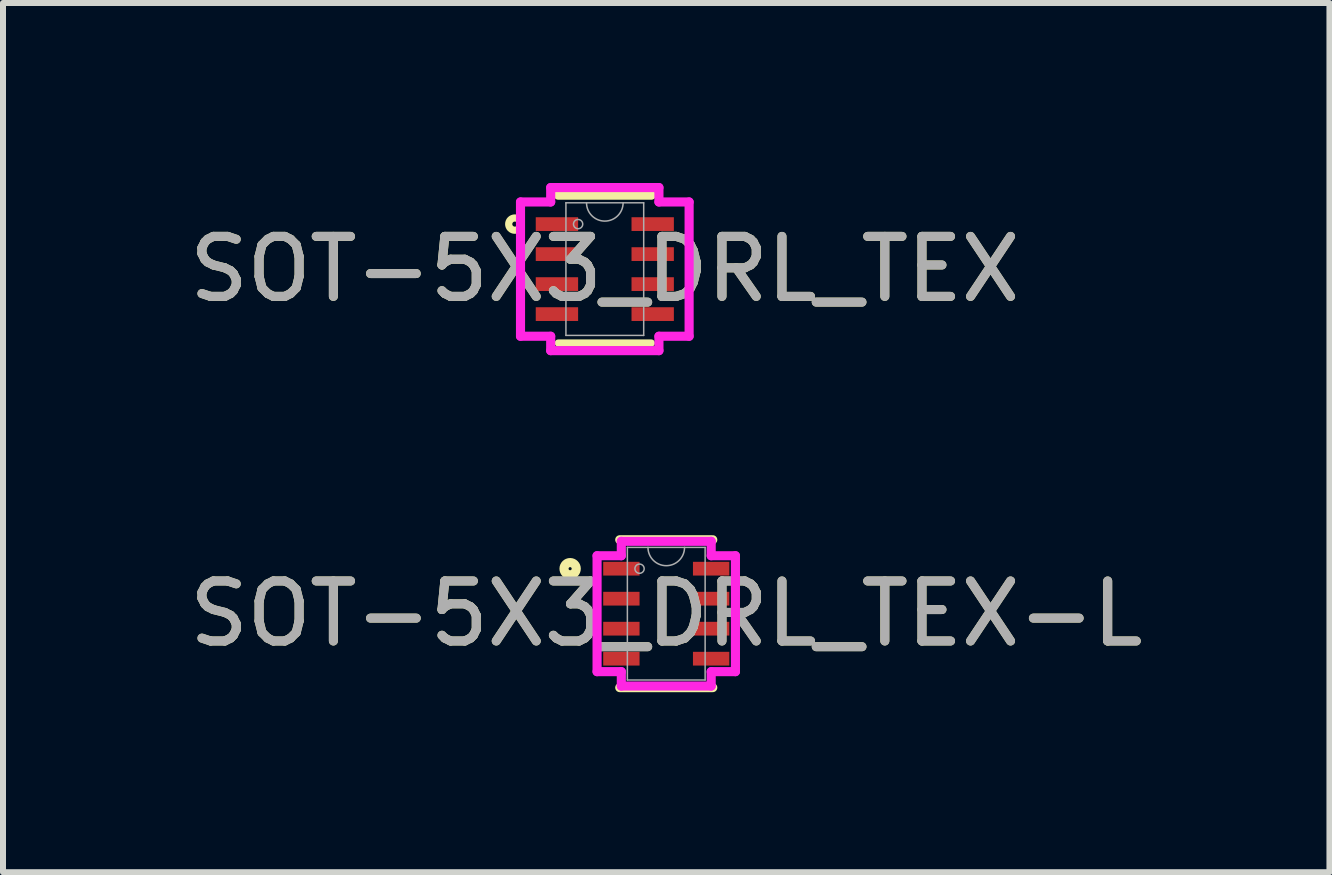
<source format=kicad_pcb>
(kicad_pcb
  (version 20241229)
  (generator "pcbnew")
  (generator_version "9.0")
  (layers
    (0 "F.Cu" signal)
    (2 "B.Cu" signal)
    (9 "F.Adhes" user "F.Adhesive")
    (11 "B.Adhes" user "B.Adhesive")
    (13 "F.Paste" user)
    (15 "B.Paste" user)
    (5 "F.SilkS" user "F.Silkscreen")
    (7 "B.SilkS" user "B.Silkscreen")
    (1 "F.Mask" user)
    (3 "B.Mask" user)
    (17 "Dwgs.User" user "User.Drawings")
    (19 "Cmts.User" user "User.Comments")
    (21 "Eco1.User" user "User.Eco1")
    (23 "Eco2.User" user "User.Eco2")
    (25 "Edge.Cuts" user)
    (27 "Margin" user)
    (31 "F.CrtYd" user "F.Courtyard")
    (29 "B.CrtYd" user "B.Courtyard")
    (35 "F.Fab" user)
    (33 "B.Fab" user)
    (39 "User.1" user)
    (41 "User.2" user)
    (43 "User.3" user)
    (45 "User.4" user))
  (footprint "SOT-5X3_DRL_TEX-L"
    (layer "F.Cu")
    (at 8.054 7.178)
    (property "Reference" "SOT-5X3_DRL_TEX-L" (at 0 0 0) (unlocked yes) (layer "F.SilkS") (effects (font (size 1 1) (thickness 0.15))))
    (attr smd)
    (fp_line (start -0.775 1.232) (end 0.775 1.232) (stroke (width 0.152) (type solid)) (layer "F.SilkS"))
    (fp_line (start 0.775 -1.232) (end -0.775 -1.232) (stroke (width 0.152) (type solid)) (layer "F.SilkS"))
    (fp_circle (center -1.602 -0.75) (end -1.5 -0.75) (stroke (width 0.152) (type solid)) (fill no) (layer "F.SilkS"))
    (fp_line (start -1.153 -0.966) (end -0.749 -0.966) (stroke (width 0.152) (type solid)) (layer "F.CrtYd"))
    (fp_line (start -1.153 0.966) (end -1.153 -0.966) (stroke (width 0.152) (type solid)) (layer "F.CrtYd"))
    (fp_line (start -1.153 0.966) (end -0.749 0.966) (stroke (width 0.152) (type solid)) (layer "F.CrtYd"))
    (fp_line (start -0.749 -1.206) (end 0.749 -1.206) (stroke (width 0.152) (type solid)) (layer "F.CrtYd"))
    (fp_line (start -0.749 -0.966) (end -0.749 -1.206) (stroke (width 0.152) (type solid)) (layer "F.CrtYd"))
    (fp_line (start -0.749 1.206) (end -0.749 0.966) (stroke (width 0.152) (type solid)) (layer "F.CrtYd"))
    (fp_line (start 0.749 -1.206) (end 0.749 -0.966) (stroke (width 0.152) (type solid)) (layer "F.CrtYd"))
    (fp_line (start 0.749 0.966) (end 0.749 1.206) (stroke (width 0.152) (type solid)) (layer "F.CrtYd"))
    (fp_line (start 0.749 1.206) (end -0.749 1.206) (stroke (width 0.152) (type solid)) (layer "F.CrtYd"))
    (fp_line (start 1.153 -0.966) (end 0.749 -0.966) (stroke (width 0.152) (type solid)) (layer "F.CrtYd"))
    (fp_line (start 1.153 -0.966) (end 1.153 0.966) (stroke (width 0.152) (type solid)) (layer "F.CrtYd"))
    (fp_line (start 1.153 0.966) (end 0.749 0.966) (stroke (width 0.152) (type solid)) (layer "F.CrtYd"))
    (fp_line (start -0.648 -1.105) (end -0.648 1.105) (stroke (width 0.025) (type solid)) (layer "F.Fab"))
    (fp_line (start -0.648 1.105) (end 0.648 1.105) (stroke (width 0.025) (type solid)) (layer "F.Fab"))
    (fp_line (start 0.648 -1.105) (end -0.648 -1.105) (stroke (width 0.025) (type solid)) (layer "F.Fab"))
    (fp_line (start 0.648 1.105) (end 0.648 -1.105) (stroke (width 0.025) (type solid)) (layer "F.Fab"))
    (fp_arc (start 0.3048 -1.1049) (mid 0 -0.8001) (end -0.3048 -1.1049) (stroke (width 0.0254) (type solid)) (layer "F.Fab"))
    (fp_circle (center -0.445 -0.75) (end -0.368 -0.75) (stroke (width 0.025) (type solid)) (fill no) (layer "F.Fab"))
    (fp_text user "${REFERENCE}" (at 0 0 0) (unlocked yes) (layer "F.Fab") (effects (font (size 1 1) (thickness 0.15))))
    (pad "1" smd rect (at -0.748 -0.75) (size 0.606 0.229) (layers "F.Cu" "F.Mask" "F.Paste"))
    (pad "2" smd rect (at -0.748 -0.25) (size 0.606 0.229) (layers "F.Cu" "F.Mask" "F.Paste"))
    (pad "3" smd rect (at -0.748 0.25) (size 0.606 0.229) (layers "F.Cu" "F.Mask" "F.Paste"))
    (pad "4" smd rect (at -0.748 0.75) (size 0.606 0.229) (layers "F.Cu" "F.Mask" "F.Paste"))
    (pad "5" smd rect (at 0.748 0.75) (size 0.606 0.229) (layers "F.Cu" "F.Mask" "F.Paste"))
    (pad "6" smd rect (at 0.748 0.25) (size 0.606 0.229) (layers "F.Cu" "F.Mask" "F.Paste"))
    (pad "7" smd rect (at 0.748 -0.25) (size 0.606 0.229) (layers "F.Cu" "F.Mask" "F.Paste"))
    (pad "8" smd rect (at 0.748 -0.75) (size 0.606 0.229) (layers "F.Cu" "F.Mask" "F.Paste")))
  (footprint "SOT-5X3_DRL_TEX"
    (layer "F.Cu")
    (at 7.03 1.435)
    (property "Reference" "SOT-5X3_DRL_TEX" (at 0 0 0) (unlocked yes) (layer "F.SilkS") (effects (font (size 1 1) (thickness 0.15))))
    (attr smd)
    (fp_line (start -0.775 1.232) (end 0.775 1.232) (stroke (width 0.12) (type solid)) (layer "F.SilkS"))
    (fp_line (start 0.775 -1.232) (end -0.775 -1.232) (stroke (width 0.152) (type solid)) (layer "F.SilkS"))
    (fp_circle (center -1.5 -0.75) (end -1.398 -0.75) (stroke (width 0.12) (type solid)) (fill no) (layer "F.SilkS"))
    (fp_line (start -1.405 -1.119) (end -0.902 -1.119) (stroke (width 0.152) (type solid)) (layer "F.CrtYd"))
    (fp_line (start -1.405 1.119) (end -1.405 -1.119) (stroke (width 0.152) (type solid)) (layer "F.CrtYd"))
    (fp_line (start -1.405 1.119) (end -0.902 1.119) (stroke (width 0.152) (type solid)) (layer "F.CrtYd"))
    (fp_line (start -0.902 -1.359) (end 0.902 -1.359) (stroke (width 0.152) (type solid)) (layer "F.CrtYd"))
    (fp_line (start -0.902 -1.119) (end -0.902 -1.359) (stroke (width 0.152) (type solid)) (layer "F.CrtYd"))
    (fp_line (start -0.902 1.359) (end -0.902 1.119) (stroke (width 0.152) (type solid)) (layer "F.CrtYd"))
    (fp_line (start 0.902 -1.359) (end 0.902 -1.119) (stroke (width 0.152) (type solid)) (layer "F.CrtYd"))
    (fp_line (start 0.902 1.119) (end 0.902 1.359) (stroke (width 0.152) (type solid)) (layer "F.CrtYd"))
    (fp_line (start 0.902 1.359) (end -0.902 1.359) (stroke (width 0.152) (type solid)) (layer "F.CrtYd"))
    (fp_line (start 1.405 -1.119) (end 0.902 -1.119) (stroke (width 0.152) (type solid)) (layer "F.CrtYd"))
    (fp_line (start 1.405 -1.119) (end 1.405 1.119) (stroke (width 0.152) (type solid)) (layer "F.CrtYd"))
    (fp_line (start 1.405 1.119) (end 0.902 1.119) (stroke (width 0.152) (type solid)) (layer "F.CrtYd"))
    (fp_line (start -0.648 -1.105) (end -0.648 1.105) (stroke (width 0.025) (type solid)) (layer "F.Fab"))
    (fp_line (start -0.648 1.105) (end 0.648 1.105) (stroke (width 0.025) (type solid)) (layer "F.Fab"))
    (fp_line (start 0.648 -1.105) (end -0.648 -1.105) (stroke (width 0.025) (type solid)) (layer "F.Fab"))
    (fp_line (start 0.648 1.105) (end 0.648 -1.105) (stroke (width 0.025) (type solid)) (layer "F.Fab"))
    (fp_arc (start 0.3048 -1.1049) (mid 0 -0.8001) (end -0.3048 -1.1049) (stroke (width 0.0254) (type solid)) (layer "F.Fab"))
    (fp_circle (center -0.445 -0.75) (end -0.368 -0.75) (stroke (width 0.025) (type solid)) (fill no) (layer "F.Fab"))
    (fp_text user "${REFERENCE}" (at 0 0 0) (unlocked yes) (layer "F.Fab") (effects (font (size 1 1) (thickness 0.15))))
    (pad "1" smd rect (at -0.798 -0.75) (size 0.706 0.229) (layers "F.Cu" "F.Mask" "F.Paste"))
    (pad "2" smd rect (at -0.798 -0.25) (size 0.706 0.229) (layers "F.Cu" "F.Mask" "F.Paste"))
    (pad "3" smd rect (at -0.798 0.25) (size 0.706 0.229) (layers "F.Cu" "F.Mask" "F.Paste"))
    (pad "4" smd rect (at -0.798 0.75) (size 0.706 0.229) (layers "F.Cu" "F.Mask" "F.Paste"))
    (pad "5" smd rect (at 0.798 0.75) (size 0.706 0.229) (layers "F.Cu" "F.Mask" "F.Paste"))
    (pad "6" smd rect (at 0.798 0.25) (size 0.706 0.229) (layers "F.Cu" "F.Mask" "F.Paste"))
    (pad "7" smd rect (at 0.798 -0.25) (size 0.706 0.229) (layers "F.Cu" "F.Mask" "F.Paste"))
    (pad "8" smd rect (at 0.798 -0.75) (size 0.706 0.229) (layers "F.Cu" "F.Mask" "F.Paste")))
  (gr_rect
    (start -3 -3)
    (end 19.107 11.486)
    (stroke (width 0.1) (type default))
    (fill no)
    (layer "Edge.Cuts")))
</source>
